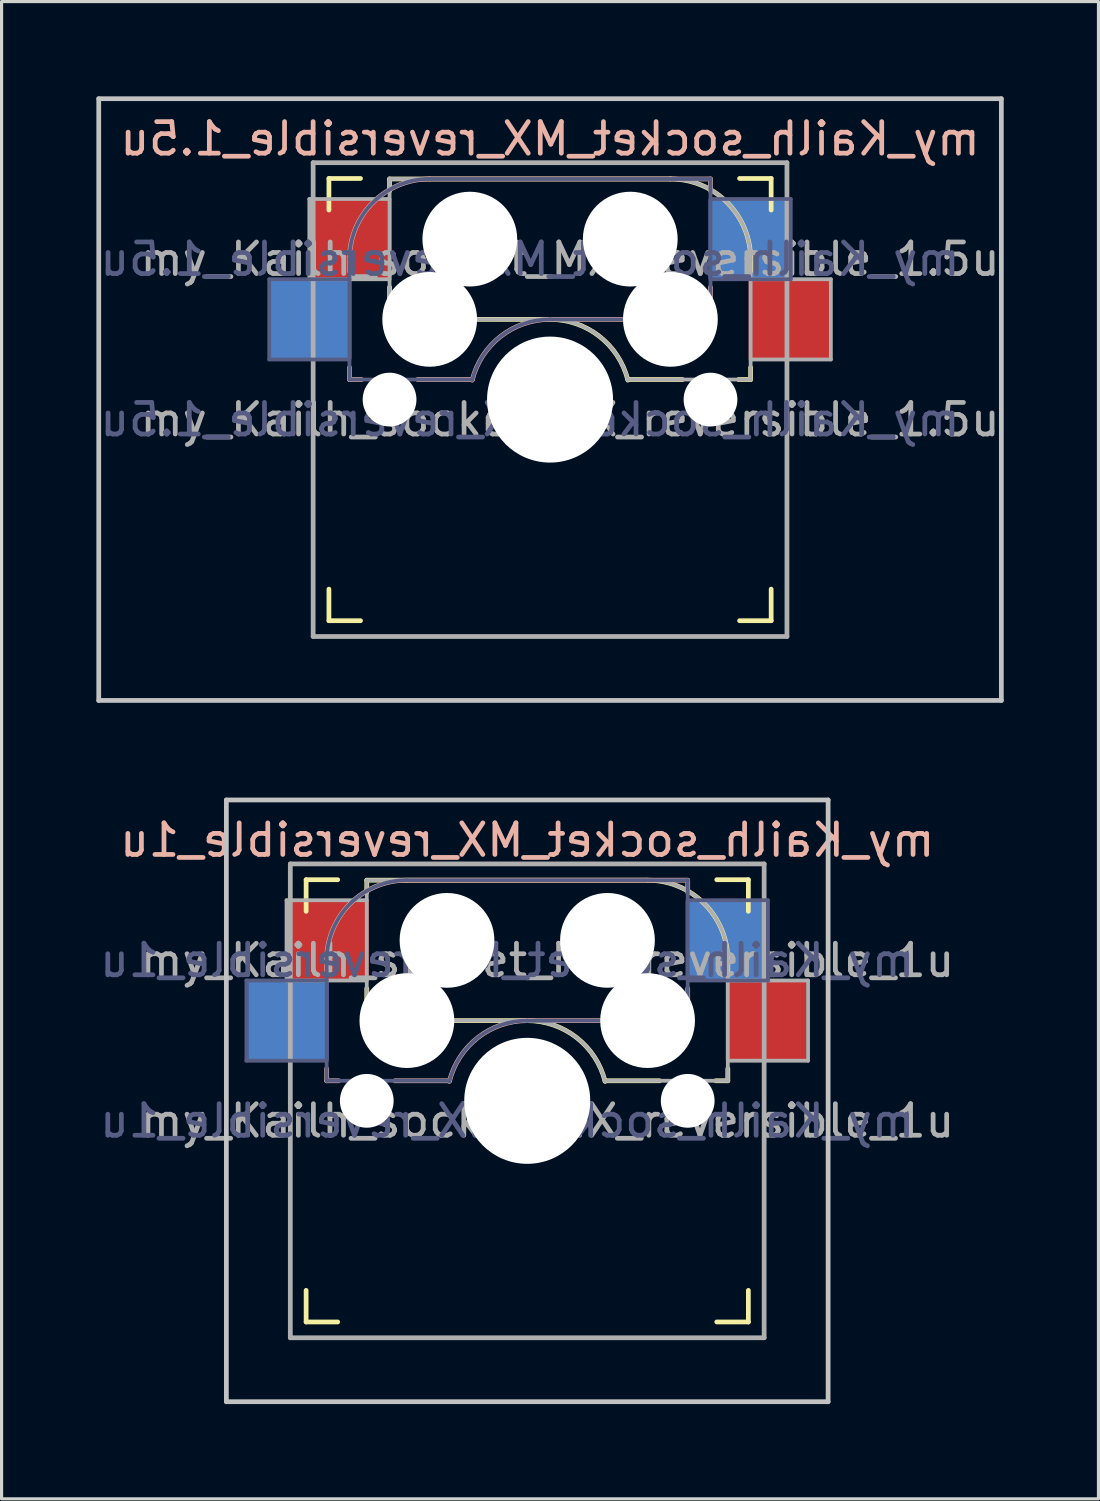
<source format=kicad_pcb>
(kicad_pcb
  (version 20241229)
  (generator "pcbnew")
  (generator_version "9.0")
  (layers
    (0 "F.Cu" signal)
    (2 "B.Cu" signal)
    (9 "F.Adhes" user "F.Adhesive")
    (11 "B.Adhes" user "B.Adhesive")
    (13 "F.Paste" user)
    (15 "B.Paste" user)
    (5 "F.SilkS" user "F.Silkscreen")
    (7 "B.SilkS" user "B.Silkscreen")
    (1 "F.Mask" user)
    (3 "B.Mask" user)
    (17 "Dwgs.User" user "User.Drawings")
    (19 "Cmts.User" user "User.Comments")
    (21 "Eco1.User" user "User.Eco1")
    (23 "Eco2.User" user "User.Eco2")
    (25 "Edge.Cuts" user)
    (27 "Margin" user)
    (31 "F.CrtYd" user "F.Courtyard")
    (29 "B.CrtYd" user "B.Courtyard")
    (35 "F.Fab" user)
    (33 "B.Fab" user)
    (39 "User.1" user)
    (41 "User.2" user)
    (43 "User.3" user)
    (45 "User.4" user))
  (footprint "my_Kailh_socket_MX_reversible_1.5u"
    (layer "F.Cu")
    (at 14.363 9.6)
    (property "Reference" "my_Kailh_socket_MX_reversible_1.5u" (at 0 -8.255 0) (layer "B.SilkS") (effects (font (size 1 1) (thickness 0.15)) (justify mirror)))
    (property "Value" "my_Kailh_socket_MX_reversible_1.5u" (at 0 8.255 0) (layer "F.Fab") (hide yes) (effects (font (size 1 1) (thickness 0.15))))
    (attr smd)
    (fp_line (start -7 -6) (end -7 -7) (stroke (width 0.15) (type solid)) (layer "F.SilkS"))
    (fp_line (start -7 7) (end -7 6) (stroke (width 0.15) (type solid)) (layer "F.SilkS"))
    (fp_line (start -7 7) (end -6 7) (stroke (width 0.15) (type solid)) (layer "F.SilkS"))
    (fp_line (start -6 -7) (end -7 -7) (stroke (width 0.15) (type solid)) (layer "F.SilkS"))
    (fp_line (start -5.08 -6.985) (end -5.08 -6.604) (stroke (width 0.15) (type solid)) (layer "F.SilkS"))
    (fp_line (start -5.08 -3.556) (end -5.08 -2.54) (stroke (width 0.15) (type solid)) (layer "F.SilkS"))
    (fp_line (start -5.08 -2.54) (end 0 -2.54) (stroke (width 0.15) (type solid)) (layer "F.SilkS"))
    (fp_line (start 2.464 -0.635) (end 4.191 -0.635) (stroke (width 0.15) (type solid)) (layer "F.SilkS"))
    (fp_line (start 3.81 -6.985) (end -5.08 -6.985) (stroke (width 0.15) (type solid)) (layer "F.SilkS"))
    (fp_line (start 5.969 -0.635) (end 6.35 -0.635) (stroke (width 0.15) (type solid)) (layer "F.SilkS"))
    (fp_line (start 6 7) (end 7 7) (stroke (width 0.15) (type solid)) (layer "F.SilkS"))
    (fp_line (start 6.35 -4.445) (end 6.35 -4.064) (stroke (width 0.15) (type solid)) (layer "F.SilkS"))
    (fp_line (start 6.35 -1.016) (end 6.35 -0.635) (stroke (width 0.15) (type solid)) (layer "F.SilkS"))
    (fp_line (start 7 -7) (end 6 -7) (stroke (width 0.15) (type solid)) (layer "F.SilkS"))
    (fp_line (start 7 -7) (end 7 -6) (stroke (width 0.15) (type solid)) (layer "F.SilkS"))
    (fp_line (start 7 6) (end 7 7) (stroke (width 0.15) (type solid)) (layer "F.SilkS"))
    (fp_arc (start 0 -2.54) (mid 1.563147 -2.002042) (end 2.464162 -0.61604) (stroke (width 0.15) (type solid)) (layer "F.SilkS"))
    (fp_arc (start 3.81 -6.985) (mid 5.606051 -6.241051) (end 6.35 -4.445) (stroke (width 0.15) (type solid)) (layer "F.SilkS"))
    (fp_line (start -6.35 -4.445) (end -6.35 -4.064) (stroke (width 0.15) (type solid)) (layer "B.SilkS"))
    (fp_line (start -6.35 -1.016) (end -6.35 -0.635) (stroke (width 0.15) (type solid)) (layer "B.SilkS"))
    (fp_line (start -5.969 -0.635) (end -6.35 -0.635) (stroke (width 0.15) (type solid)) (layer "B.SilkS"))
    (fp_line (start -3.81 -6.985) (end 5.08 -6.985) (stroke (width 0.15) (type solid)) (layer "B.SilkS"))
    (fp_line (start -2.464 -0.635) (end -4.191 -0.635) (stroke (width 0.15) (type solid)) (layer "B.SilkS"))
    (fp_line (start 5.08 -6.985) (end 5.08 -6.604) (stroke (width 0.15) (type solid)) (layer "B.SilkS"))
    (fp_line (start 5.08 -3.556) (end 5.08 -2.54) (stroke (width 0.15) (type solid)) (layer "B.SilkS"))
    (fp_line (start 5.08 -2.54) (end 0 -2.54) (stroke (width 0.15) (type solid)) (layer "B.SilkS"))
    (fp_arc (start -6.35 -4.445) (mid -5.606051 -6.241051) (end -3.81 -6.985) (stroke (width 0.15) (type solid)) (layer "B.SilkS"))
    (fp_arc (start -2.464162 -0.61604) (mid -1.563147 -2.002042) (end 0 -2.54) (stroke (width 0.15) (type solid)) (layer "B.SilkS"))
    (fp_line (start -14.287 -9.525) (end -14.287 9.525) (stroke (width 0.15) (type solid)) (layer "Dwgs.User"))
    (fp_line (start -14.287 -9.525) (end 14.287 -9.525) (stroke (width 0.15) (type solid)) (layer "Dwgs.User"))
    (fp_line (start 14.287 9.525) (end -14.287 9.525) (stroke (width 0.15) (type solid)) (layer "Dwgs.User"))
    (fp_line (start 14.287 9.525) (end 14.287 -9.525) (stroke (width 0.15) (type solid)) (layer "Dwgs.User"))
    (fp_line (start -6.9 6.9) (end -6.9 -6.9) (stroke (width 0.15) (type solid)) (layer "Eco2.User"))
    (fp_line (start -6.9 6.9) (end 6.9 6.9) (stroke (width 0.15) (type solid)) (layer "Eco2.User"))
    (fp_line (start 6.9 -6.9) (end -6.9 -6.9) (stroke (width 0.15) (type solid)) (layer "Eco2.User"))
    (fp_line (start 6.9 -6.9) (end 6.9 6.9) (stroke (width 0.15) (type solid)) (layer "Eco2.User"))
    (fp_line (start -8.89 -3.81) (end -6.35 -3.81) (stroke (width 0.12) (type solid)) (layer "B.Fab"))
    (fp_line (start -8.89 -1.27) (end -8.89 -3.81) (stroke (width 0.12) (type solid)) (layer "B.Fab"))
    (fp_line (start -6.35 -1.27) (end -8.89 -1.27) (stroke (width 0.12) (type solid)) (layer "B.Fab"))
    (fp_line (start -6.35 -0.635) (end -6.35 -4.445) (stroke (width 0.12) (type solid)) (layer "B.Fab"))
    (fp_line (start -6.35 -0.635) (end -2.54 -0.635) (stroke (width 0.12) (type solid)) (layer "B.Fab"))
    (fp_line (start -3.81 -6.985) (end 5.08 -6.985) (stroke (width 0.12) (type solid)) (layer "B.Fab"))
    (fp_line (start 5.08 -6.985) (end 5.08 -2.54) (stroke (width 0.12) (type solid)) (layer "B.Fab"))
    (fp_line (start 5.08 -6.35) (end 7.62 -6.35) (stroke (width 0.12) (type solid)) (layer "B.Fab"))
    (fp_line (start 5.08 -2.54) (end 0 -2.54) (stroke (width 0.12) (type solid)) (layer "B.Fab"))
    (fp_line (start 7.62 -6.35) (end 7.62 -3.81) (stroke (width 0.12) (type solid)) (layer "B.Fab"))
    (fp_line (start 7.62 -3.81) (end 5.08 -3.81) (stroke (width 0.12) (type solid)) (layer "B.Fab"))
    (fp_arc (start -6.35 -4.445) (mid -5.606051 -6.241051) (end -3.81 -6.985) (stroke (width 0.12) (type solid)) (layer "B.Fab"))
    (fp_arc (start -2.464162 -0.61604) (mid -1.563147 -2.002042) (end 0 -2.54) (stroke (width 0.12) (type solid)) (layer "B.Fab"))
    (fp_line (start -7.62 -6.35) (end -7.62 -3.81) (stroke (width 0.12) (type solid)) (layer "F.Fab"))
    (fp_line (start -7.62 -3.81) (end -5.08 -3.81) (stroke (width 0.12) (type solid)) (layer "F.Fab"))
    (fp_line (start -7.5 -7.5) (end 7.5 -7.5) (stroke (width 0.15) (type solid)) (layer "F.Fab"))
    (fp_line (start -7.5 7.5) (end -7.5 -7.5) (stroke (width 0.15) (type solid)) (layer "F.Fab"))
    (fp_line (start -5.08 -6.985) (end -5.08 -2.54) (stroke (width 0.12) (type solid)) (layer "F.Fab"))
    (fp_line (start -5.08 -6.35) (end -7.62 -6.35) (stroke (width 0.12) (type solid)) (layer "F.Fab"))
    (fp_line (start -5.08 -2.54) (end 0 -2.54) (stroke (width 0.12) (type solid)) (layer "F.Fab"))
    (fp_line (start 3.81 -6.985) (end -5.08 -6.985) (stroke (width 0.12) (type solid)) (layer "F.Fab"))
    (fp_line (start 6.35 -1.27) (end 8.89 -1.27) (stroke (width 0.12) (type solid)) (layer "F.Fab"))
    (fp_line (start 6.35 -0.635) (end 2.54 -0.635) (stroke (width 0.12) (type solid)) (layer "F.Fab"))
    (fp_line (start 6.35 -0.635) (end 6.35 -4.445) (stroke (width 0.12) (type solid)) (layer "F.Fab"))
    (fp_line (start 7.5 -7.5) (end 7.5 7.5) (stroke (width 0.15) (type solid)) (layer "F.Fab"))
    (fp_line (start 7.5 7.5) (end -7.5 7.5) (stroke (width 0.15) (type solid)) (layer "F.Fab"))
    (fp_line (start 8.89 -3.81) (end 6.35 -3.81) (stroke (width 0.12) (type solid)) (layer "F.Fab"))
    (fp_line (start 8.89 -1.27) (end 8.89 -3.81) (stroke (width 0.12) (type solid)) (layer "F.Fab"))
    (fp_arc (start 0 -2.54) (mid 1.563147 -2.002042) (end 2.464162 -0.61604) (stroke (width 0.12) (type solid)) (layer "F.Fab"))
    (fp_arc (start 3.81 -6.985) (mid 5.606051 -6.241051) (end 6.35 -4.445) (stroke (width 0.12) (type solid)) (layer "F.Fab"))
    (fp_poly (pts (xy 2 8) (xy -2 8) (xy -2 -8) (xy 2 -8)) (stroke (width 0.12) (type solid)) (fill no) (layer "User.8"))
    (fp_poly (pts (xy 7 7) (xy -7 7) (xy -7 -7) (xy 7 -7)) (stroke (width 0.12) (type solid)) (fill no) (layer "User.9"))
    (fp_text user "${REFERENCE}" (at -0.635 -4.445 0) (layer "B.Fab") (effects (font (size 1 1) (thickness 0.15)) (justify mirror)))
    (fp_text user "${VALUE}" (at -0.635 0.635 0) (layer "B.Fab") (effects (font (size 1 1) (thickness 0.15)) (justify mirror)))
    (fp_text user "${REFERENCE}" (at 0.635 -4.445 0) (layer "F.Fab") (effects (font (size 1 1) (thickness 0.15))))
    (fp_text user "${VALUE}" (at 0.635 0.635 0) (layer "F.Fab") (effects (font (size 1 1) (thickness 0.15))))
    (pad "" np_thru_hole circle (at -5.08 0) (size 1.702 1.702) (drill 1.702) (layers "*.Cu" "*.Mask"))
    (pad "" np_thru_hole circle (at -3.81 -2.54) (size 3 3) (drill 3) (layers "*.Cu" "*.Mask"))
    (pad "" np_thru_hole circle (at -2.54 -5.08) (size 3 3) (drill 3) (layers "*.Cu" "*.Mask"))
    (pad "" np_thru_hole circle (at 0 0) (size 3.988 3.988) (drill 3.988) (layers "*.Cu" "*.Mask"))
    (pad "" np_thru_hole circle (at 2.54 -5.08) (size 3 3) (drill 3) (layers "*.Cu" "*.Mask"))
    (pad "" np_thru_hole circle (at 3.81 -2.54) (size 3 3) (drill 3) (layers "*.Cu" "*.Mask"))
    (pad "" np_thru_hole circle (at 5.08 0) (size 1.702 1.702) (drill 1.702) (layers "*.Cu" "*.Mask"))
    (pad "1" smd rect (at 6.29 -5.08) (size 2.55 2.5) (layers "B.Cu" "B.Mask" "B.Paste"))
    (pad "1" smd rect (at 7.56 -2.54) (size 2.55 2.5) (layers "F.Cu" "F.Mask" "F.Paste"))
    (pad "2" smd rect (at -7.56 -2.54) (size 2.55 2.5) (layers "B.Cu" "B.Mask" "B.Paste"))
    (pad "2" smd rect (at -6.29 -5.08) (size 2.55 2.5) (layers "F.Cu" "F.Mask" "F.Paste")))
  (footprint "my_Kailh_socket_MX_reversible_1u"
    (layer "F.Cu")
    (at 13.641 31.8)
    (property "Reference" "my_Kailh_socket_MX_reversible_1u" (at 0 -8.255 0) (layer "B.SilkS") (effects (font (size 1 1) (thickness 0.15)) (justify mirror)))
    (property "Value" "my_Kailh_socket_MX_reversible_1u" (at 0 8.255 0) (layer "F.Fab") (hide yes) (effects (font (size 1 1) (thickness 0.15))))
    (attr smd)
    (fp_line (start -7 -6) (end -7 -7) (stroke (width 0.15) (type solid)) (layer "F.SilkS"))
    (fp_line (start -7 7) (end -7 6) (stroke (width 0.15) (type solid)) (layer "F.SilkS"))
    (fp_line (start -7 7) (end -6 7) (stroke (width 0.15) (type solid)) (layer "F.SilkS"))
    (fp_line (start -6 -7) (end -7 -7) (stroke (width 0.15) (type solid)) (layer "F.SilkS"))
    (fp_line (start -5.08 -6.985) (end -5.08 -6.604) (stroke (width 0.15) (type solid)) (layer "F.SilkS"))
    (fp_line (start -5.08 -3.556) (end -5.08 -2.54) (stroke (width 0.15) (type solid)) (layer "F.SilkS"))
    (fp_line (start -5.08 -2.54) (end 0 -2.54) (stroke (width 0.15) (type solid)) (layer "F.SilkS"))
    (fp_line (start 2.464 -0.635) (end 4.191 -0.635) (stroke (width 0.15) (type solid)) (layer "F.SilkS"))
    (fp_line (start 3.81 -6.985) (end -5.08 -6.985) (stroke (width 0.15) (type solid)) (layer "F.SilkS"))
    (fp_line (start 5.969 -0.635) (end 6.35 -0.635) (stroke (width 0.15) (type solid)) (layer "F.SilkS"))
    (fp_line (start 6 7) (end 7 7) (stroke (width 0.15) (type solid)) (layer "F.SilkS"))
    (fp_line (start 6.35 -4.445) (end 6.35 -4.064) (stroke (width 0.15) (type solid)) (layer "F.SilkS"))
    (fp_line (start 6.35 -1.016) (end 6.35 -0.635) (stroke (width 0.15) (type solid)) (layer "F.SilkS"))
    (fp_line (start 7 -7) (end 6 -7) (stroke (width 0.15) (type solid)) (layer "F.SilkS"))
    (fp_line (start 7 -7) (end 7 -6) (stroke (width 0.15) (type solid)) (layer "F.SilkS"))
    (fp_line (start 7 6) (end 7 7) (stroke (width 0.15) (type solid)) (layer "F.SilkS"))
    (fp_arc (start 0 -2.54) (mid 1.563147 -2.002042) (end 2.464162 -0.61604) (stroke (width 0.15) (type solid)) (layer "F.SilkS"))
    (fp_arc (start 3.81 -6.985) (mid 5.606051 -6.241051) (end 6.35 -4.445) (stroke (width 0.15) (type solid)) (layer "F.SilkS"))
    (fp_line (start -6.35 -4.445) (end -6.35 -4.064) (stroke (width 0.15) (type solid)) (layer "B.SilkS"))
    (fp_line (start -6.35 -1.016) (end -6.35 -0.635) (stroke (width 0.15) (type solid)) (layer "B.SilkS"))
    (fp_line (start -5.969 -0.635) (end -6.35 -0.635) (stroke (width 0.15) (type solid)) (layer "B.SilkS"))
    (fp_line (start -3.81 -6.985) (end 5.08 -6.985) (stroke (width 0.15) (type solid)) (layer "B.SilkS"))
    (fp_line (start -2.464 -0.635) (end -4.191 -0.635) (stroke (width 0.15) (type solid)) (layer "B.SilkS"))
    (fp_line (start 5.08 -6.985) (end 5.08 -6.604) (stroke (width 0.15) (type solid)) (layer "B.SilkS"))
    (fp_line (start 5.08 -3.556) (end 5.08 -2.54) (stroke (width 0.15) (type solid)) (layer "B.SilkS"))
    (fp_line (start 5.08 -2.54) (end 0 -2.54) (stroke (width 0.15) (type solid)) (layer "B.SilkS"))
    (fp_arc (start -6.35 -4.445) (mid -5.606051 -6.241051) (end -3.81 -6.985) (stroke (width 0.15) (type solid)) (layer "B.SilkS"))
    (fp_arc (start -2.464162 -0.61604) (mid -1.563147 -2.002042) (end 0 -2.54) (stroke (width 0.15) (type solid)) (layer "B.SilkS"))
    (fp_line (start -9.525 -9.525) (end -9.525 9.525) (stroke (width 0.15) (type solid)) (layer "Dwgs.User"))
    (fp_line (start -9.525 -9.525) (end 9.525 -9.525) (stroke (width 0.15) (type solid)) (layer "Dwgs.User"))
    (fp_line (start -9.525 9.525) (end 9.525 9.525) (stroke (width 0.15) (type solid)) (layer "Dwgs.User"))
    (fp_line (start 9.525 -9.525) (end 9.525 9.525) (stroke (width 0.15) (type solid)) (layer "Dwgs.User"))
    (fp_line (start -6.9 6.9) (end -6.9 -6.9) (stroke (width 0.15) (type solid)) (layer "Eco2.User"))
    (fp_line (start -6.9 6.9) (end 6.9 6.9) (stroke (width 0.15) (type solid)) (layer "Eco2.User"))
    (fp_line (start 6.9 -6.9) (end -6.9 -6.9) (stroke (width 0.15) (type solid)) (layer "Eco2.User"))
    (fp_line (start 6.9 -6.9) (end 6.9 6.9) (stroke (width 0.15) (type solid)) (layer "Eco2.User"))
    (fp_line (start -8.89 -3.81) (end -6.35 -3.81) (stroke (width 0.12) (type solid)) (layer "B.Fab"))
    (fp_line (start -8.89 -1.27) (end -8.89 -3.81) (stroke (width 0.12) (type solid)) (layer "B.Fab"))
    (fp_line (start -6.35 -1.27) (end -8.89 -1.27) (stroke (width 0.12) (type solid)) (layer "B.Fab"))
    (fp_line (start -6.35 -0.635) (end -6.35 -4.445) (stroke (width 0.12) (type solid)) (layer "B.Fab"))
    (fp_line (start -6.35 -0.635) (end -2.54 -0.635) (stroke (width 0.12) (type solid)) (layer "B.Fab"))
    (fp_line (start -3.81 -6.985) (end 5.08 -6.985) (stroke (width 0.12) (type solid)) (layer "B.Fab"))
    (fp_line (start 5.08 -6.985) (end 5.08 -2.54) (stroke (width 0.12) (type solid)) (layer "B.Fab"))
    (fp_line (start 5.08 -6.35) (end 7.62 -6.35) (stroke (width 0.12) (type solid)) (layer "B.Fab"))
    (fp_line (start 5.08 -2.54) (end 0 -2.54) (stroke (width 0.12) (type solid)) (layer "B.Fab"))
    (fp_line (start 7.62 -6.35) (end 7.62 -3.81) (stroke (width 0.12) (type solid)) (layer "B.Fab"))
    (fp_line (start 7.62 -3.81) (end 5.08 -3.81) (stroke (width 0.12) (type solid)) (layer "B.Fab"))
    (fp_arc (start -6.35 -4.445) (mid -5.606051 -6.241051) (end -3.81 -6.985) (stroke (width 0.12) (type solid)) (layer "B.Fab"))
    (fp_arc (start -2.464162 -0.61604) (mid -1.563147 -2.002042) (end 0 -2.54) (stroke (width 0.12) (type solid)) (layer "B.Fab"))
    (fp_line (start -7.62 -6.35) (end -7.62 -3.81) (stroke (width 0.12) (type solid)) (layer "F.Fab"))
    (fp_line (start -7.62 -3.81) (end -5.08 -3.81) (stroke (width 0.12) (type solid)) (layer "F.Fab"))
    (fp_line (start -7.5 -7.5) (end 7.5 -7.5) (stroke (width 0.15) (type solid)) (layer "F.Fab"))
    (fp_line (start -7.5 7.5) (end -7.5 -7.5) (stroke (width 0.15) (type solid)) (layer "F.Fab"))
    (fp_line (start -5.08 -6.985) (end -5.08 -2.54) (stroke (width 0.12) (type solid)) (layer "F.Fab"))
    (fp_line (start -5.08 -6.35) (end -7.62 -6.35) (stroke (width 0.12) (type solid)) (layer "F.Fab"))
    (fp_line (start -5.08 -2.54) (end 0 -2.54) (stroke (width 0.12) (type solid)) (layer "F.Fab"))
    (fp_line (start 3.81 -6.985) (end -5.08 -6.985) (stroke (width 0.12) (type solid)) (layer "F.Fab"))
    (fp_line (start 6.35 -1.27) (end 8.89 -1.27) (stroke (width 0.12) (type solid)) (layer "F.Fab"))
    (fp_line (start 6.35 -0.635) (end 2.54 -0.635) (stroke (width 0.12) (type solid)) (layer "F.Fab"))
    (fp_line (start 6.35 -0.635) (end 6.35 -4.445) (stroke (width 0.12) (type solid)) (layer "F.Fab"))
    (fp_line (start 7.5 -7.5) (end 7.5 7.5) (stroke (width 0.15) (type solid)) (layer "F.Fab"))
    (fp_line (start 7.5 7.5) (end -7.5 7.5) (stroke (width 0.15) (type solid)) (layer "F.Fab"))
    (fp_line (start 8.89 -3.81) (end 6.35 -3.81) (stroke (width 0.12) (type solid)) (layer "F.Fab"))
    (fp_line (start 8.89 -1.27) (end 8.89 -3.81) (stroke (width 0.12) (type solid)) (layer "F.Fab"))
    (fp_arc (start 0 -2.54) (mid 1.563147 -2.002042) (end 2.464162 -0.61604) (stroke (width 0.12) (type solid)) (layer "F.Fab"))
    (fp_arc (start 3.81 -6.985) (mid 5.606051 -6.241051) (end 6.35 -4.445) (stroke (width 0.12) (type solid)) (layer "F.Fab"))
    (fp_poly (pts (xy 2 8) (xy -2 8) (xy -2 -8) (xy 2 -8)) (stroke (width 0.12) (type solid)) (fill no) (layer "User.8"))
    (fp_poly (pts (xy 7 7) (xy -7 7) (xy -7 -7) (xy 7 -7)) (stroke (width 0.12) (type solid)) (fill no) (layer "User.9"))
    (fp_text user "${VALUE}" (at -0.635 0.635 0) (layer "B.Fab") (effects (font (size 1 1) (thickness 0.15)) (justify mirror)))
    (fp_text user "${REFERENCE}" (at -0.635 -4.445 0) (layer "B.Fab") (effects (font (size 1 1) (thickness 0.15)) (justify mirror)))
    (fp_text user "${VALUE}" (at 0.635 0.635 0) (layer "F.Fab") (effects (font (size 1 1) (thickness 0.15))))
    (fp_text user "${REFERENCE}" (at 0.635 -4.445 0) (layer "F.Fab") (effects (font (size 1 1) (thickness 0.15))))
    (pad "" np_thru_hole circle (at -5.08 0) (size 1.702 1.702) (drill 1.702) (layers "*.Cu" "*.Mask"))
    (pad "" np_thru_hole circle (at -3.81 -2.54) (size 3 3) (drill 3) (layers "*.Cu" "*.Mask"))
    (pad "" np_thru_hole circle (at -2.54 -5.08) (size 3 3) (drill 3) (layers "*.Cu" "*.Mask"))
    (pad "" np_thru_hole circle (at 0 0) (size 3.988 3.988) (drill 3.988) (layers "*.Cu" "*.Mask"))
    (pad "" np_thru_hole circle (at 2.54 -5.08) (size 3 3) (drill 3) (layers "*.Cu" "*.Mask"))
    (pad "" np_thru_hole circle (at 3.81 -2.54) (size 3 3) (drill 3) (layers "*.Cu" "*.Mask"))
    (pad "" np_thru_hole circle (at 5.08 0) (size 1.702 1.702) (drill 1.702) (layers "*.Cu" "*.Mask"))
    (pad "1" smd rect (at 6.29 -5.08) (size 2.55 2.5) (layers "B.Cu" "B.Mask" "B.Paste"))
    (pad "1" smd rect (at 7.56 -2.54) (size 2.55 2.5) (layers "F.Cu" "F.Mask" "F.Paste"))
    (pad "2" smd rect (at -7.56 -2.54) (size 2.55 2.5) (layers "B.Cu" "B.Mask" "B.Paste"))
    (pad "2" smd rect (at -6.29 -5.08) (size 2.55 2.5) (layers "F.Cu" "F.Mask" "F.Paste")))
  (gr_rect
    (start -3 -3)
    (end 31.725 44.4)
    (stroke (width 0.1) (type default))
    (fill no)
    (layer "Edge.Cuts")))
</source>
